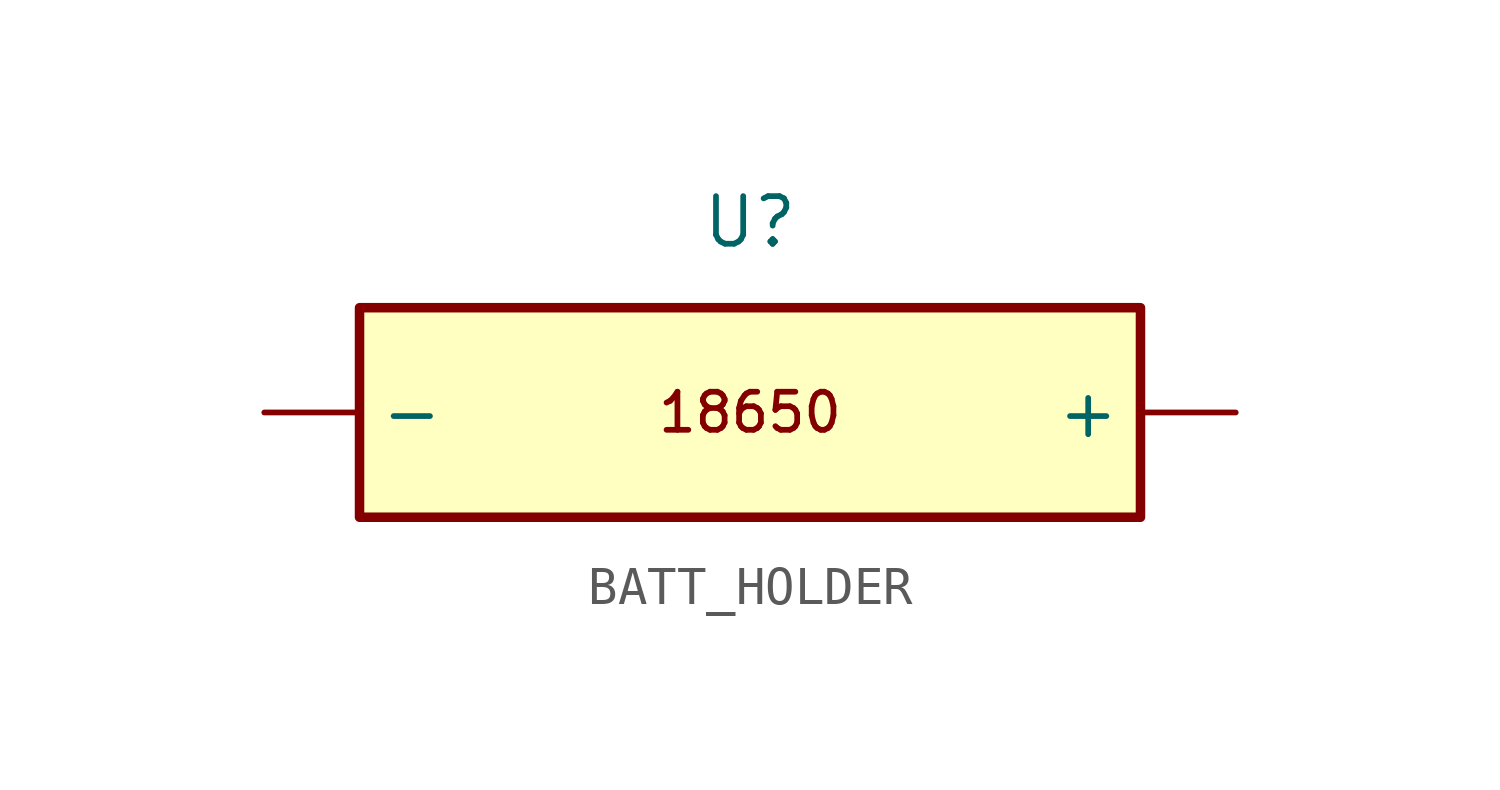
<source format=kicad_sym>
(kicad_symbol_lib
  (version 20220914)
  (generator kicad_symbol_editor)
  (symbol "BATT_HOLDER"
    (property "Reference" "U"
      (at 0 5.08 0)
      (effects (font (size 1.27 1.27))))
    (property "Value" ""
      (at 0 0 0)
      (effects (font (size 1.27 1.27))))
    (symbol "BATT_HOLDER_0_1"
      (rectangle (start -10.414 2.794) (end 10.414 -2.794) (stroke (width 0.254) (type default)) (fill (type background))))
    (symbol "BATT_HOLDER_1_1"
      (text "18650" (at 0 0 0) (effects (font (size 1.016 1.016))))
      (pin input line (at 12.954 0 180) (length 2.54) (name "+" (effects (font (size 1.27 1.27)))) (number "" (effects (font (size 1.27 1.27)))))
      (pin input line (at -12.954 0 0) (length 2.54) (name "-" (effects (font (size 1.27 1.27)))) (number "" (effects (font (size 1.27 1.27))))))))
</source>
